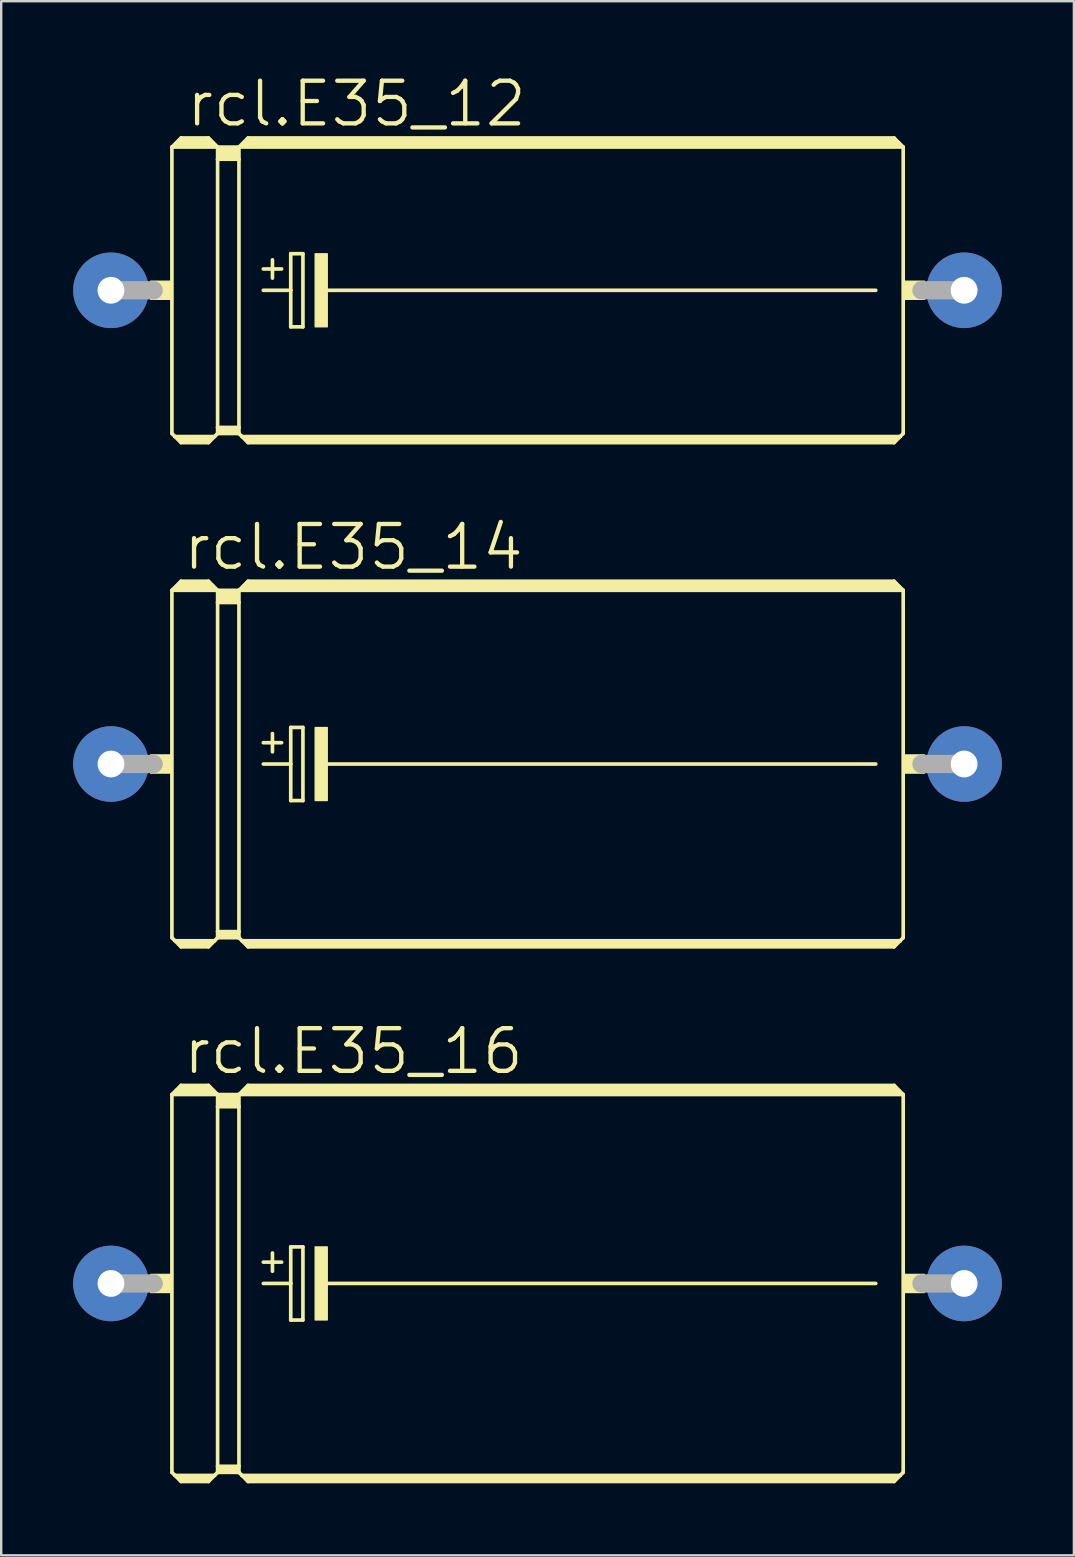
<source format=kicad_pcb>
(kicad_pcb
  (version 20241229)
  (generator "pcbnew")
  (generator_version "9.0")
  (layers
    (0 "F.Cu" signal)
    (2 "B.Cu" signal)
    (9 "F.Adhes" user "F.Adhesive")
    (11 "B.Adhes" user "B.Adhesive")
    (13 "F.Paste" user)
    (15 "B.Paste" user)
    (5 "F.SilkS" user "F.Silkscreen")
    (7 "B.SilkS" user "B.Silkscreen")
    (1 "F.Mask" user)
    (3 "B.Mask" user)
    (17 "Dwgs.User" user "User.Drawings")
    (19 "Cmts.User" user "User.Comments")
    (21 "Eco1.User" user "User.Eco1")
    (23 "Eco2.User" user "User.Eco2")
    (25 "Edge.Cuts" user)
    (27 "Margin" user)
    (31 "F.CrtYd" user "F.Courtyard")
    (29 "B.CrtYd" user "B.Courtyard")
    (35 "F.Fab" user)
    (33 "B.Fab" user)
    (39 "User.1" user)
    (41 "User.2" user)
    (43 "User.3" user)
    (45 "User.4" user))
  (footprint "rcl.E35_14"
    (layer "F.Cu")
    (at 19.355 28.794)
    (property "Reference" "rcl.E35_14" (at -14.859 -8.001 0) (layer "F.SilkS") (effects (font (size 1.778 1.778) (thickness 0.18)) (justify left bottom)))
    (attr through_hole)
    (fp_line (start -15.24 -7.239) (end -15.24 7.239) (stroke (width 0.152) (type default)) (layer "F.SilkS"))
    (fp_line (start -15.24 -7.239) (end -14.859 -7.62) (stroke (width 0.152) (type default)) (layer "F.SilkS"))
    (fp_line (start -15.24 -7.239) (end -13.335 -7.239) (stroke (width 0.152) (type default)) (layer "F.SilkS"))
    (fp_line (start -15.24 7.239) (end -15.113 7.366) (stroke (width 0.152) (type default)) (layer "F.SilkS"))
    (fp_line (start -15.113 7.366) (end -14.859 7.62) (stroke (width 0.152) (type default)) (layer "F.SilkS"))
    (fp_line (start -15.113 7.366) (end -13.462 7.366) (stroke (width 0.152) (type default)) (layer "F.SilkS"))
    (fp_line (start -14.986 -7.366) (end -13.589 -7.366) (stroke (width 0.305) (type default)) (layer "F.SilkS"))
    (fp_line (start -14.859 -7.62) (end -13.716 -7.62) (stroke (width 0.152) (type default)) (layer "F.SilkS"))
    (fp_line (start -14.859 -7.493) (end -13.716 -7.493) (stroke (width 0.305) (type default)) (layer "F.SilkS"))
    (fp_line (start -14.859 7.493) (end -13.716 7.493) (stroke (width 0.305) (type default)) (layer "F.SilkS"))
    (fp_line (start -14.859 7.62) (end -13.716 7.62) (stroke (width 0.152) (type default)) (layer "F.SilkS"))
    (fp_line (start -13.462 7.366) (end -13.716 7.62) (stroke (width 0.152) (type default)) (layer "F.SilkS"))
    (fp_line (start -13.335 -7.239) (end -13.716 -7.62) (stroke (width 0.152) (type default)) (layer "F.SilkS"))
    (fp_line (start -13.335 -7.239) (end -13.335 -6.731) (stroke (width 0.152) (type default)) (layer "F.SilkS"))
    (fp_line (start -13.335 -7.239) (end -12.446 -7.239) (stroke (width 0.152) (type default)) (layer "F.SilkS"))
    (fp_line (start -13.335 -6.731) (end -13.335 6.985) (stroke (width 0.152) (type default)) (layer "F.SilkS"))
    (fp_line (start -13.335 -6.731) (end -12.446 -6.731) (stroke (width 0.152) (type default)) (layer "F.SilkS"))
    (fp_line (start -13.335 6.985) (end -13.335 7.239) (stroke (width 0.152) (type default)) (layer "F.SilkS"))
    (fp_line (start -13.335 6.985) (end -12.446 6.985) (stroke (width 0.152) (type default)) (layer "F.SilkS"))
    (fp_line (start -13.335 7.239) (end -13.462 7.366) (stroke (width 0.152) (type default)) (layer "F.SilkS"))
    (fp_line (start -13.335 7.239) (end -12.446 7.239) (stroke (width 0.152) (type default)) (layer "F.SilkS"))
    (fp_line (start -13.208 -7.112) (end -12.573 -7.112) (stroke (width 0.305) (type default)) (layer "F.SilkS"))
    (fp_line (start -13.208 -6.858) (end -12.573 -6.858) (stroke (width 0.305) (type default)) (layer "F.SilkS"))
    (fp_line (start -13.208 7.112) (end -12.573 7.112) (stroke (width 0.305) (type default)) (layer "F.SilkS"))
    (fp_line (start -12.446 -7.239) (end -12.446 -6.731) (stroke (width 0.152) (type default)) (layer "F.SilkS"))
    (fp_line (start -12.446 -7.239) (end -12.065 -7.62) (stroke (width 0.152) (type default)) (layer "F.SilkS"))
    (fp_line (start -12.446 -7.239) (end 15.24 -7.239) (stroke (width 0.152) (type default)) (layer "F.SilkS"))
    (fp_line (start -12.446 -6.731) (end -12.446 6.985) (stroke (width 0.152) (type default)) (layer "F.SilkS"))
    (fp_line (start -12.446 6.985) (end -12.446 7.239) (stroke (width 0.152) (type default)) (layer "F.SilkS"))
    (fp_line (start -12.319 7.366) (end -12.446 7.239) (stroke (width 0.152) (type default)) (layer "F.SilkS"))
    (fp_line (start -12.319 7.366) (end 15.113 7.366) (stroke (width 0.152) (type default)) (layer "F.SilkS"))
    (fp_line (start -12.192 -7.366) (end 14.986 -7.366) (stroke (width 0.305) (type default)) (layer "F.SilkS"))
    (fp_line (start -12.065 -7.493) (end 14.859 -7.493) (stroke (width 0.305) (type default)) (layer "F.SilkS"))
    (fp_line (start -12.065 7.493) (end 14.859 7.493) (stroke (width 0.305) (type default)) (layer "F.SilkS"))
    (fp_line (start -12.065 7.62) (end -12.319 7.366) (stroke (width 0.152) (type default)) (layer "F.SilkS"))
    (fp_line (start -11.43 -0.889) (end -10.668 -0.889) (stroke (width 0.152) (type default)) (layer "F.SilkS"))
    (fp_line (start -11.43 0) (end -10.287 0) (stroke (width 0.152) (type default)) (layer "F.SilkS"))
    (fp_line (start -11.049 -1.27) (end -11.049 -0.508) (stroke (width 0.152) (type default)) (layer "F.SilkS"))
    (fp_line (start -10.287 -1.524) (end -10.287 0) (stroke (width 0.152) (type default)) (layer "F.SilkS"))
    (fp_line (start -10.287 0) (end -10.287 1.524) (stroke (width 0.152) (type default)) (layer "F.SilkS"))
    (fp_line (start -10.287 1.524) (end -9.779 1.524) (stroke (width 0.152) (type default)) (layer "F.SilkS"))
    (fp_line (start -9.779 -1.524) (end -10.287 -1.524) (stroke (width 0.152) (type default)) (layer "F.SilkS"))
    (fp_line (start -9.779 1.524) (end -9.779 -1.524) (stroke (width 0.152) (type default)) (layer "F.SilkS"))
    (fp_line (start -8.89 0) (end 14.097 0) (stroke (width 0.152) (type default)) (layer "F.SilkS"))
    (fp_line (start 14.859 -7.62) (end -12.065 -7.62) (stroke (width 0.152) (type default)) (layer "F.SilkS"))
    (fp_line (start 14.859 7.62) (end -12.065 7.62) (stroke (width 0.152) (type default)) (layer "F.SilkS"))
    (fp_line (start 15.113 7.366) (end 14.859 7.62) (stroke (width 0.152) (type default)) (layer "F.SilkS"))
    (fp_line (start 15.24 -7.239) (end 14.859 -7.62) (stroke (width 0.152) (type default)) (layer "F.SilkS"))
    (fp_line (start 15.24 -7.239) (end 15.24 7.239) (stroke (width 0.152) (type default)) (layer "F.SilkS"))
    (fp_line (start 15.24 7.239) (end 15.113 7.366) (stroke (width 0.152) (type default)) (layer "F.SilkS"))
    (fp_rect (start -16.129 0.381) (end -15.24 -0.381) (stroke (width 0.05) (type default)) (fill yes) (layer "F.SilkS"))
    (fp_rect (start -9.271 1.524) (end -8.763 -1.524) (stroke (width 0.05) (type default)) (fill yes) (layer "F.SilkS"))
    (fp_rect (start 15.24 0.381) (end 16.129 -0.381) (stroke (width 0.05) (type default)) (fill yes) (layer "F.SilkS"))
    (fp_line (start -17.78 0) (end -16.002 0) (stroke (width 0.762) (type default)) (layer "F.Fab"))
    (fp_line (start 17.78 0) (end 16.002 0) (stroke (width 0.762) (type default)) (layer "F.Fab"))
    (pad "+" thru_hole circle (at -17.78 0) (size 3.15 3.15) (drill 1.118) (layers "*.Cu" "*.Mask"))
    (pad "-" thru_hole circle (at 17.78 0) (size 3.15 3.15) (drill 1.118) (layers "*.Cu" "*.Mask")))
  (footprint "rcl.E35_16"
    (layer "F.Cu")
    (at 19.355 50.444)
    (property "Reference" "rcl.E35_16" (at -14.859 -8.636 0) (layer "F.SilkS") (effects (font (size 1.778 1.778) (thickness 0.18)) (justify left bottom)))
    (attr through_hole)
    (fp_line (start -15.24 -7.874) (end -15.24 7.874) (stroke (width 0.152) (type default)) (layer "F.SilkS"))
    (fp_line (start -15.24 -7.874) (end -14.859 -8.255) (stroke (width 0.152) (type default)) (layer "F.SilkS"))
    (fp_line (start -15.24 -7.874) (end -13.335 -7.874) (stroke (width 0.152) (type default)) (layer "F.SilkS"))
    (fp_line (start -15.24 7.874) (end -15.113 8.001) (stroke (width 0.152) (type default)) (layer "F.SilkS"))
    (fp_line (start -15.113 8.001) (end -14.859 8.255) (stroke (width 0.152) (type default)) (layer "F.SilkS"))
    (fp_line (start -15.113 8.001) (end -13.462 8.001) (stroke (width 0.152) (type default)) (layer "F.SilkS"))
    (fp_line (start -14.986 -8.001) (end -13.589 -8.001) (stroke (width 0.305) (type default)) (layer "F.SilkS"))
    (fp_line (start -14.859 -8.255) (end -13.716 -8.255) (stroke (width 0.152) (type default)) (layer "F.SilkS"))
    (fp_line (start -14.859 -8.128) (end -13.716 -8.128) (stroke (width 0.305) (type default)) (layer "F.SilkS"))
    (fp_line (start -14.859 8.128) (end -13.716 8.128) (stroke (width 0.305) (type default)) (layer "F.SilkS"))
    (fp_line (start -14.859 8.255) (end -13.716 8.255) (stroke (width 0.152) (type default)) (layer "F.SilkS"))
    (fp_line (start -13.462 8.001) (end -13.716 8.255) (stroke (width 0.152) (type default)) (layer "F.SilkS"))
    (fp_line (start -13.335 -7.874) (end -13.716 -8.255) (stroke (width 0.152) (type default)) (layer "F.SilkS"))
    (fp_line (start -13.335 -7.874) (end -13.335 -7.366) (stroke (width 0.152) (type default)) (layer "F.SilkS"))
    (fp_line (start -13.335 -7.874) (end -12.446 -7.874) (stroke (width 0.152) (type default)) (layer "F.SilkS"))
    (fp_line (start -13.335 -7.366) (end -13.335 7.62) (stroke (width 0.152) (type default)) (layer "F.SilkS"))
    (fp_line (start -13.335 -7.366) (end -12.446 -7.366) (stroke (width 0.152) (type default)) (layer "F.SilkS"))
    (fp_line (start -13.335 7.62) (end -13.335 7.874) (stroke (width 0.152) (type default)) (layer "F.SilkS"))
    (fp_line (start -13.335 7.62) (end -12.446 7.62) (stroke (width 0.152) (type default)) (layer "F.SilkS"))
    (fp_line (start -13.335 7.874) (end -13.462 8.001) (stroke (width 0.152) (type default)) (layer "F.SilkS"))
    (fp_line (start -13.335 7.874) (end -12.446 7.874) (stroke (width 0.152) (type default)) (layer "F.SilkS"))
    (fp_line (start -13.208 -7.747) (end -12.573 -7.747) (stroke (width 0.305) (type default)) (layer "F.SilkS"))
    (fp_line (start -13.208 -7.493) (end -12.573 -7.493) (stroke (width 0.305) (type default)) (layer "F.SilkS"))
    (fp_line (start -13.208 7.747) (end -12.573 7.747) (stroke (width 0.305) (type default)) (layer "F.SilkS"))
    (fp_line (start -12.446 -7.874) (end -12.446 -7.366) (stroke (width 0.152) (type default)) (layer "F.SilkS"))
    (fp_line (start -12.446 -7.874) (end -12.065 -8.255) (stroke (width 0.152) (type default)) (layer "F.SilkS"))
    (fp_line (start -12.446 -7.874) (end 15.24 -7.874) (stroke (width 0.152) (type default)) (layer "F.SilkS"))
    (fp_line (start -12.446 -7.366) (end -12.446 7.62) (stroke (width 0.152) (type default)) (layer "F.SilkS"))
    (fp_line (start -12.446 7.62) (end -12.446 7.874) (stroke (width 0.152) (type default)) (layer "F.SilkS"))
    (fp_line (start -12.319 8.001) (end -12.446 7.874) (stroke (width 0.152) (type default)) (layer "F.SilkS"))
    (fp_line (start -12.319 8.001) (end 15.113 8.001) (stroke (width 0.152) (type default)) (layer "F.SilkS"))
    (fp_line (start -12.192 -8.001) (end 14.986 -8.001) (stroke (width 0.305) (type default)) (layer "F.SilkS"))
    (fp_line (start -12.065 -8.128) (end 14.859 -8.128) (stroke (width 0.305) (type default)) (layer "F.SilkS"))
    (fp_line (start -12.065 8.128) (end 14.859 8.128) (stroke (width 0.305) (type default)) (layer "F.SilkS"))
    (fp_line (start -12.065 8.255) (end -12.319 8.001) (stroke (width 0.152) (type default)) (layer "F.SilkS"))
    (fp_line (start -11.43 -0.889) (end -10.668 -0.889) (stroke (width 0.152) (type default)) (layer "F.SilkS"))
    (fp_line (start -11.43 0) (end -10.287 0) (stroke (width 0.152) (type default)) (layer "F.SilkS"))
    (fp_line (start -11.049 -1.27) (end -11.049 -0.508) (stroke (width 0.152) (type default)) (layer "F.SilkS"))
    (fp_line (start -10.287 -1.524) (end -10.287 0) (stroke (width 0.152) (type default)) (layer "F.SilkS"))
    (fp_line (start -10.287 0) (end -10.287 1.524) (stroke (width 0.152) (type default)) (layer "F.SilkS"))
    (fp_line (start -10.287 1.524) (end -9.779 1.524) (stroke (width 0.152) (type default)) (layer "F.SilkS"))
    (fp_line (start -9.779 -1.524) (end -10.287 -1.524) (stroke (width 0.152) (type default)) (layer "F.SilkS"))
    (fp_line (start -9.779 1.524) (end -9.779 -1.524) (stroke (width 0.152) (type default)) (layer "F.SilkS"))
    (fp_line (start -8.89 0) (end 14.097 0) (stroke (width 0.152) (type default)) (layer "F.SilkS"))
    (fp_line (start 14.859 -8.255) (end -12.065 -8.255) (stroke (width 0.152) (type default)) (layer "F.SilkS"))
    (fp_line (start 14.859 8.255) (end -12.065 8.255) (stroke (width 0.152) (type default)) (layer "F.SilkS"))
    (fp_line (start 15.113 8.001) (end 14.859 8.255) (stroke (width 0.152) (type default)) (layer "F.SilkS"))
    (fp_line (start 15.24 -7.874) (end 14.859 -8.255) (stroke (width 0.152) (type default)) (layer "F.SilkS"))
    (fp_line (start 15.24 -7.874) (end 15.24 7.874) (stroke (width 0.152) (type default)) (layer "F.SilkS"))
    (fp_line (start 15.24 7.874) (end 15.113 8.001) (stroke (width 0.152) (type default)) (layer "F.SilkS"))
    (fp_rect (start -16.129 0.381) (end -15.24 -0.381) (stroke (width 0.05) (type default)) (fill yes) (layer "F.SilkS"))
    (fp_rect (start -9.271 1.524) (end -8.763 -1.524) (stroke (width 0.05) (type default)) (fill yes) (layer "F.SilkS"))
    (fp_rect (start 15.24 0.381) (end 16.129 -0.381) (stroke (width 0.05) (type default)) (fill yes) (layer "F.SilkS"))
    (fp_line (start -17.78 0) (end -16.002 0) (stroke (width 0.762) (type default)) (layer "F.Fab"))
    (fp_line (start 17.78 0) (end 16.002 0) (stroke (width 0.762) (type default)) (layer "F.Fab"))
    (pad "+" thru_hole circle (at -17.78 0) (size 3.15 3.15) (drill 1.118) (layers "*.Cu" "*.Mask"))
    (pad "-" thru_hole circle (at 17.78 0) (size 3.15 3.15) (drill 1.118) (layers "*.Cu" "*.Mask")))
  (footprint "rcl.E35_12"
    (layer "F.Cu")
    (at 19.355 9.049)
    (property "Reference" "rcl.E35_12" (at -14.732 -6.731 0) (layer "F.SilkS") (effects (font (size 1.778 1.778) (thickness 0.18)) (justify left bottom)))
    (attr through_hole)
    (fp_line (start -15.24 -5.969) (end -15.24 5.969) (stroke (width 0.152) (type default)) (layer "F.SilkS"))
    (fp_line (start -15.24 -5.969) (end -14.859 -6.35) (stroke (width 0.152) (type default)) (layer "F.SilkS"))
    (fp_line (start -15.24 -5.969) (end -13.335 -5.969) (stroke (width 0.152) (type default)) (layer "F.SilkS"))
    (fp_line (start -15.24 5.969) (end -15.113 6.096) (stroke (width 0.152) (type default)) (layer "F.SilkS"))
    (fp_line (start -15.113 6.096) (end -14.859 6.35) (stroke (width 0.152) (type default)) (layer "F.SilkS"))
    (fp_line (start -15.113 6.096) (end -13.462 6.096) (stroke (width 0.152) (type default)) (layer "F.SilkS"))
    (fp_line (start -14.986 -6.096) (end -13.589 -6.096) (stroke (width 0.305) (type default)) (layer "F.SilkS"))
    (fp_line (start -14.859 -6.35) (end -13.716 -6.35) (stroke (width 0.152) (type default)) (layer "F.SilkS"))
    (fp_line (start -14.859 -6.223) (end -13.716 -6.223) (stroke (width 0.305) (type default)) (layer "F.SilkS"))
    (fp_line (start -14.859 6.223) (end -13.716 6.223) (stroke (width 0.305) (type default)) (layer "F.SilkS"))
    (fp_line (start -14.859 6.35) (end -13.716 6.35) (stroke (width 0.152) (type default)) (layer "F.SilkS"))
    (fp_line (start -13.462 6.096) (end -13.716 6.35) (stroke (width 0.152) (type default)) (layer "F.SilkS"))
    (fp_line (start -13.335 -5.969) (end -13.716 -6.35) (stroke (width 0.152) (type default)) (layer "F.SilkS"))
    (fp_line (start -13.335 -5.969) (end -13.335 -5.461) (stroke (width 0.152) (type default)) (layer "F.SilkS"))
    (fp_line (start -13.335 -5.969) (end -12.446 -5.969) (stroke (width 0.152) (type default)) (layer "F.SilkS"))
    (fp_line (start -13.335 -5.461) (end -13.335 5.715) (stroke (width 0.152) (type default)) (layer "F.SilkS"))
    (fp_line (start -13.335 -5.461) (end -12.446 -5.461) (stroke (width 0.152) (type default)) (layer "F.SilkS"))
    (fp_line (start -13.335 5.715) (end -13.335 5.969) (stroke (width 0.152) (type default)) (layer "F.SilkS"))
    (fp_line (start -13.335 5.715) (end -12.446 5.715) (stroke (width 0.152) (type default)) (layer "F.SilkS"))
    (fp_line (start -13.335 5.969) (end -13.462 6.096) (stroke (width 0.152) (type default)) (layer "F.SilkS"))
    (fp_line (start -13.335 5.969) (end -12.446 5.969) (stroke (width 0.152) (type default)) (layer "F.SilkS"))
    (fp_line (start -13.208 -5.842) (end -12.573 -5.842) (stroke (width 0.305) (type default)) (layer "F.SilkS"))
    (fp_line (start -13.208 -5.588) (end -12.573 -5.588) (stroke (width 0.305) (type default)) (layer "F.SilkS"))
    (fp_line (start -13.208 5.842) (end -12.573 5.842) (stroke (width 0.305) (type default)) (layer "F.SilkS"))
    (fp_line (start -12.446 -5.969) (end -12.446 -5.461) (stroke (width 0.152) (type default)) (layer "F.SilkS"))
    (fp_line (start -12.446 -5.969) (end -12.065 -6.35) (stroke (width 0.152) (type default)) (layer "F.SilkS"))
    (fp_line (start -12.446 -5.969) (end 15.24 -5.969) (stroke (width 0.152) (type default)) (layer "F.SilkS"))
    (fp_line (start -12.446 -5.461) (end -12.446 5.715) (stroke (width 0.152) (type default)) (layer "F.SilkS"))
    (fp_line (start -12.446 5.715) (end -12.446 5.969) (stroke (width 0.152) (type default)) (layer "F.SilkS"))
    (fp_line (start -12.319 6.096) (end -12.446 5.969) (stroke (width 0.152) (type default)) (layer "F.SilkS"))
    (fp_line (start -12.319 6.096) (end 15.113 6.096) (stroke (width 0.152) (type default)) (layer "F.SilkS"))
    (fp_line (start -12.192 -6.096) (end 14.986 -6.096) (stroke (width 0.305) (type default)) (layer "F.SilkS"))
    (fp_line (start -12.065 -6.223) (end 14.859 -6.223) (stroke (width 0.305) (type default)) (layer "F.SilkS"))
    (fp_line (start -12.065 6.223) (end 14.859 6.223) (stroke (width 0.305) (type default)) (layer "F.SilkS"))
    (fp_line (start -12.065 6.35) (end -12.319 6.096) (stroke (width 0.152) (type default)) (layer "F.SilkS"))
    (fp_line (start -11.43 -0.889) (end -10.668 -0.889) (stroke (width 0.152) (type default)) (layer "F.SilkS"))
    (fp_line (start -11.43 0) (end -10.287 0) (stroke (width 0.152) (type default)) (layer "F.SilkS"))
    (fp_line (start -11.049 -1.27) (end -11.049 -0.508) (stroke (width 0.152) (type default)) (layer "F.SilkS"))
    (fp_line (start -10.287 -1.524) (end -10.287 0) (stroke (width 0.152) (type default)) (layer "F.SilkS"))
    (fp_line (start -10.287 0) (end -10.287 1.524) (stroke (width 0.152) (type default)) (layer "F.SilkS"))
    (fp_line (start -10.287 1.524) (end -9.779 1.524) (stroke (width 0.152) (type default)) (layer "F.SilkS"))
    (fp_line (start -9.779 -1.524) (end -10.287 -1.524) (stroke (width 0.152) (type default)) (layer "F.SilkS"))
    (fp_line (start -9.779 1.524) (end -9.779 -1.524) (stroke (width 0.152) (type default)) (layer "F.SilkS"))
    (fp_line (start -8.89 0) (end 14.097 0) (stroke (width 0.152) (type default)) (layer "F.SilkS"))
    (fp_line (start 14.859 -6.35) (end -12.065 -6.35) (stroke (width 0.152) (type default)) (layer "F.SilkS"))
    (fp_line (start 14.859 6.35) (end -12.065 6.35) (stroke (width 0.152) (type default)) (layer "F.SilkS"))
    (fp_line (start 15.113 6.096) (end 14.859 6.35) (stroke (width 0.152) (type default)) (layer "F.SilkS"))
    (fp_line (start 15.24 -5.969) (end 14.859 -6.35) (stroke (width 0.152) (type default)) (layer "F.SilkS"))
    (fp_line (start 15.24 -5.969) (end 15.24 5.969) (stroke (width 0.152) (type default)) (layer "F.SilkS"))
    (fp_line (start 15.24 5.969) (end 15.113 6.096) (stroke (width 0.152) (type default)) (layer "F.SilkS"))
    (fp_rect (start -16.129 0.381) (end -15.24 -0.381) (stroke (width 0.05) (type default)) (fill yes) (layer "F.SilkS"))
    (fp_rect (start -9.271 1.524) (end -8.763 -1.524) (stroke (width 0.05) (type default)) (fill yes) (layer "F.SilkS"))
    (fp_rect (start 15.24 0.381) (end 16.129 -0.381) (stroke (width 0.05) (type default)) (fill yes) (layer "F.SilkS"))
    (fp_line (start -17.78 0) (end -16.002 0) (stroke (width 0.762) (type default)) (layer "F.Fab"))
    (fp_line (start 17.78 0) (end 16.002 0) (stroke (width 0.762) (type default)) (layer "F.Fab"))
    (pad "+" thru_hole circle (at -17.78 0) (size 3.15 3.15) (drill 1.118) (layers "*.Cu" "*.Mask"))
    (pad "-" thru_hole circle (at 17.78 0) (size 3.15 3.15) (drill 1.118) (layers "*.Cu" "*.Mask")))
  (gr_rect
    (start -3 -3)
    (end 41.71 61.776)
    (stroke (width 0.1) (type default))
    (fill no)
    (layer "Edge.Cuts")))
</source>
